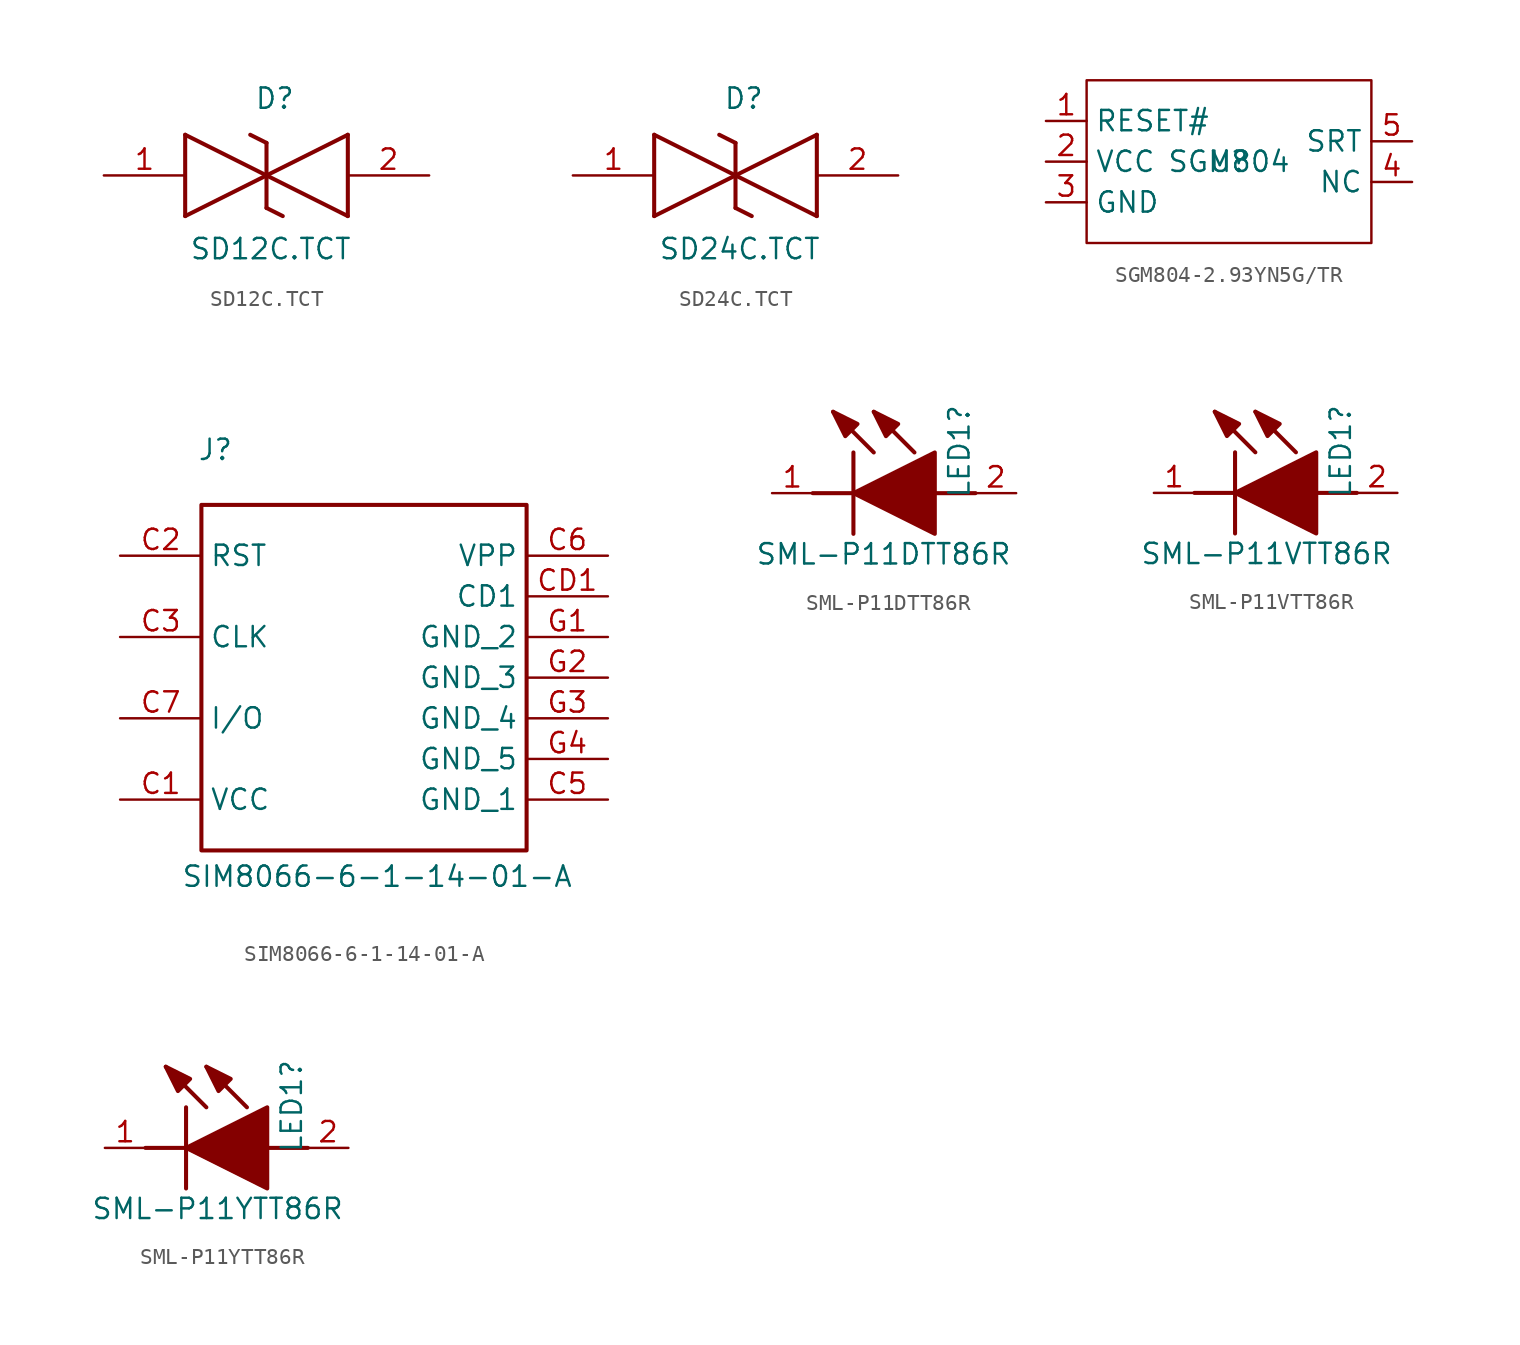
<source format=kicad_sym>
(kicad_symbol_lib
  (version 20241209)
  (generator "kicad_symbol_editor")
  (generator_version "9.0")
  (symbol "SD12C.TCT"
    (pin_names
      (hide yes))
    (property "Reference" "D"
      (at -0.762 4.064 0)
      (effects (font (size 1.27 1.27)) (justify left bottom)))
    (property "Value" "SD12C.TCT"
      (at -4.826 -5.334 0)
      (effects (font (size 1.27 1.27)) (justify left bottom)))
    (symbol "SD12C.TCT_1_1"
      (polyline (pts (xy -5.08 2.54) (xy -5.08 -2.54)) (stroke (width 0.254) (type default)) (fill (type none)))
      (polyline (pts (xy -5.08 2.54) (xy 0 0)) (stroke (width 0.254) (type default)) (fill (type none)))
      (polyline (pts (xy -1.016 2.54) (xy 0 2.032)) (stroke (width 0.254) (type default)) (fill (type none)))
      (polyline (pts (xy 0 0) (xy -5.08 -2.54)) (stroke (width 0.254) (type default)) (fill (type none)))
      (polyline (pts (xy 0 0) (xy 5.08 -2.54)) (stroke (width 0.254) (type default)) (fill (type none)))
      (polyline (pts (xy 0 -2.032) (xy 0 2.032)) (stroke (width 0.254) (type default)) (fill (type none)))
      (polyline (pts (xy 0 -2.032) (xy 1.016 -2.54)) (stroke (width 0.254) (type default)) (fill (type none)))
      (polyline (pts (xy 5.08 2.54) (xy 0 0)) (stroke (width 0.254) (type default)) (fill (type none)))
      (polyline (pts (xy 5.08 2.54) (xy 5.08 -2.54)) (stroke (width 0.254) (type default)) (fill (type none)))
      (pin passive line (at -10.16 0 0) (length 5.08) (name "1" (effects (font (size 1.27 1.27)))) (number "1" (effects (font (size 1.27 1.27)))))
      (pin passive line (at 10.16 0 180) (length 5.08) (name "2" (effects (font (size 1.27 1.27)))) (number "2" (effects (font (size 1.27 1.27)))))))
  (symbol "SD24C.TCT"
    (pin_names
      (hide yes))
    (property "Reference" "D"
      (at -0.762 4.064 0)
      (effects (font (size 1.27 1.27)) (justify left bottom)))
    (property "Value" "SD24C.TCT"
      (at -4.826 -5.334 0)
      (effects (font (size 1.27 1.27)) (justify left bottom)))
    (symbol "SD24C.TCT_1_1"
      (polyline (pts (xy -5.08 2.54) (xy -5.08 -2.54)) (stroke (width 0.254) (type default)) (fill (type none)))
      (polyline (pts (xy -5.08 2.54) (xy 0 0)) (stroke (width 0.254) (type default)) (fill (type none)))
      (polyline (pts (xy -1.016 2.54) (xy 0 2.032)) (stroke (width 0.254) (type default)) (fill (type none)))
      (polyline (pts (xy 0 0) (xy -5.08 -2.54)) (stroke (width 0.254) (type default)) (fill (type none)))
      (polyline (pts (xy 0 0) (xy 5.08 -2.54)) (stroke (width 0.254) (type default)) (fill (type none)))
      (polyline (pts (xy 0 -2.032) (xy 0 2.032)) (stroke (width 0.254) (type default)) (fill (type none)))
      (polyline (pts (xy 0 -2.032) (xy 1.016 -2.54)) (stroke (width 0.254) (type default)) (fill (type none)))
      (polyline (pts (xy 5.08 2.54) (xy 0 0)) (stroke (width 0.254) (type default)) (fill (type none)))
      (polyline (pts (xy 5.08 2.54) (xy 5.08 -2.54)) (stroke (width 0.254) (type default)) (fill (type none)))
      (pin passive line (at -10.16 0 0) (length 5.08) (name "1" (effects (font (size 1.27 1.27)))) (number "1" (effects (font (size 1.27 1.27)))))
      (pin passive line (at 10.16 0 180) (length 5.08) (name "2" (effects (font (size 1.27 1.27)))) (number "2" (effects (font (size 1.27 1.27)))))))
  (symbol "SGM804-2.93YN5G/TR"
    (property "Reference" "U"
      (at 0 0 0)
      (effects (font (size 1.27 1.27))))
    (property "Value" "SGM804"
      (at 0 0 0)
      (effects (font (size 1.27 1.27))))
    (symbol "SGM804-2.93YN5G/TR_1_0"
      (rectangle (start -8.89 5.08) (end 8.89 -5.08) (stroke (width 0) (type default)) (fill (type none)))
      (pin passive line (at -11.43 2.54 0) (length 2.54) (name "RESET#" (effects (font (size 1.27 1.27)))) (number "1" (effects (font (size 1.27 1.27)))))
      (pin passive line (at -11.43 0 0) (length 2.54) (name "VCC" (effects (font (size 1.27 1.27)))) (number "2" (effects (font (size 1.27 1.27)))))
      (pin passive line (at -11.43 -2.54 0) (length 2.54) (name "GND" (effects (font (size 1.27 1.27)))) (number "3" (effects (font (size 1.27 1.27)))))
      (pin passive line (at 11.43 1.27 180) (length 2.54) (name "SRT" (effects (font (size 1.27 1.27)))) (number "5" (effects (font (size 1.27 1.27)))))
      (pin passive line (at 11.43 -1.27 180) (length 2.54) (name "NC" (effects (font (size 1.27 1.27)))) (number "4" (effects (font (size 1.27 1.27)))))))
  (symbol "SIM8066-6-1-14-01-A"
    (property "Reference" "J"
      (at -10.414 11.176 0)
      (effects (font (size 1.27 1.27)) (justify left top)))
    (property "Value" "SIM8066-6-1-14-01-A"
      (at -11.43 -15.494 0)
      (effects (font (size 1.27 1.27)) (justify left top)))
    (symbol "SIM8066-6-1-14-01-A_1_1"
      (rectangle (start -10.16 6.985) (end 10.16 -14.605) (stroke (width 0.254) (type default)) (fill (type none)))
      (pin passive line (at -15.24 3.81 0) (length 5.08) (name "RST" (effects (font (size 1.27 1.27)))) (number "C2" (effects (font (size 1.27 1.27)))))
      (pin passive line (at -15.24 -1.27 0) (length 5.08) (name "CLK" (effects (font (size 1.27 1.27)))) (number "C3" (effects (font (size 1.27 1.27)))))
      (pin passive line (at -15.24 -6.35 0) (length 5.08) (name "I/O" (effects (font (size 1.27 1.27)))) (number "C7" (effects (font (size 1.27 1.27)))))
      (pin passive line (at -15.24 -11.43 0) (length 5.08) (name "VCC" (effects (font (size 1.27 1.27)))) (number "C1" (effects (font (size 1.27 1.27)))))
      (pin passive line (at 15.24 3.81 180) (length 5.08) (name "VPP" (effects (font (size 1.27 1.27)))) (number "C6" (effects (font (size 1.27 1.27)))))
      (pin passive line (at 15.24 1.27 180) (length 5.08) (name "CD1" (effects (font (size 1.27 1.27)))) (number "CD1" (effects (font (size 1.27 1.27)))))
      (pin passive line (at 15.24 -1.27 180) (length 5.08) (name "GND_2" (effects (font (size 1.27 1.27)))) (number "G1" (effects (font (size 1.27 1.27)))))
      (pin passive line (at 15.24 -3.81 180) (length 5.08) (name "GND_3" (effects (font (size 1.27 1.27)))) (number "G2" (effects (font (size 1.27 1.27)))))
      (pin passive line (at 15.24 -6.35 180) (length 5.08) (name "GND_4" (effects (font (size 1.27 1.27)))) (number "G3" (effects (font (size 1.27 1.27)))))
      (pin passive line (at 15.24 -8.89 180) (length 5.08) (name "GND_5" (effects (font (size 1.27 1.27)))) (number "G4" (effects (font (size 1.27 1.27)))))
      (pin passive line (at 15.24 -11.43 180) (length 5.08) (name "GND_1" (effects (font (size 1.27 1.27)))) (number "C5" (effects (font (size 1.27 1.27)))))))
  (symbol "SML-P11DTT86R"
    (pin_names
      (hide yes))
    (property "Reference" "LED1"
      (at 4.064 5.588 90)
      (effects (font (size 1.27 1.27)) (justify right)))
    (property "Value" "SML-P11DTT86R"
      (at 7.366 -3.81 0)
      (effects (font (size 1.27 1.27)) (justify right)))
    (symbol "SML-P11DTT86R_1_1"
      (polyline (pts (xy -5.08 0) (xy -2.54 0)) (stroke (width 0.254) (type default)) (fill (type none)))
      (polyline (pts (xy -2.54 2.54) (xy -2.54 -2.54)) (stroke (width 0.254) (type default)) (fill (type none)))
      (polyline (pts (xy -2.54 0) (xy 2.54 2.54) (xy 2.54 -2.54) (xy -2.54 0)) (stroke (width 0.254) (type default)) (fill (type outline)))
      (polyline (pts (xy -2.286 4.318) (xy -3.048 3.556) (xy -3.81 5.08) (xy -2.286 4.318)) (stroke (width 0.254) (type default)) (fill (type outline)))
      (polyline (pts (xy -1.27 2.54) (xy -3.81 5.08)) (stroke (width 0.254) (type default)) (fill (type none)))
      (polyline (pts (xy 0.254 4.318) (xy -0.508 3.556) (xy -1.27 5.08) (xy 0.254 4.318)) (stroke (width 0.254) (type default)) (fill (type outline)))
      (polyline (pts (xy 1.27 2.54) (xy -1.27 5.08)) (stroke (width 0.254) (type default)) (fill (type none)))
      (polyline (pts (xy 2.54 0) (xy 5.08 0)) (stroke (width 0.254) (type default)) (fill (type none)))
      (pin passive line (at -7.62 0 0) (length 2.54) (name "K" (effects (font (size 1.27 1.27)))) (number "1" (effects (font (size 1.27 1.27)))))
      (pin passive line (at 7.62 0 180) (length 2.54) (name "A" (effects (font (size 1.27 1.27)))) (number "2" (effects (font (size 1.27 1.27)))))))
  (symbol "SML-P11VTT86R"
    (pin_names
      (hide yes))
    (property "Reference" "LED1"
      (at 4.064 5.588 90)
      (effects (font (size 1.27 1.27)) (justify right)))
    (property "Value" "SML-P11VTT86R"
      (at 7.366 -3.81 0)
      (effects (font (size 1.27 1.27)) (justify right)))
    (symbol "SML-P11VTT86R_1_1"
      (polyline (pts (xy -5.08 0) (xy -2.54 0)) (stroke (width 0.254) (type default)) (fill (type none)))
      (polyline (pts (xy -2.54 2.54) (xy -2.54 -2.54)) (stroke (width 0.254) (type default)) (fill (type none)))
      (polyline (pts (xy -2.54 0) (xy 2.54 2.54) (xy 2.54 -2.54) (xy -2.54 0)) (stroke (width 0.254) (type default)) (fill (type outline)))
      (polyline (pts (xy -2.286 4.318) (xy -3.048 3.556) (xy -3.81 5.08) (xy -2.286 4.318)) (stroke (width 0.254) (type default)) (fill (type outline)))
      (polyline (pts (xy -1.27 2.54) (xy -3.81 5.08)) (stroke (width 0.254) (type default)) (fill (type none)))
      (polyline (pts (xy 0.254 4.318) (xy -0.508 3.556) (xy -1.27 5.08) (xy 0.254 4.318)) (stroke (width 0.254) (type default)) (fill (type outline)))
      (polyline (pts (xy 1.27 2.54) (xy -1.27 5.08)) (stroke (width 0.254) (type default)) (fill (type none)))
      (polyline (pts (xy 2.54 0) (xy 5.08 0)) (stroke (width 0.254) (type default)) (fill (type none)))
      (pin passive line (at -7.62 0 0) (length 2.54) (name "K" (effects (font (size 1.27 1.27)))) (number "1" (effects (font (size 1.27 1.27)))))
      (pin passive line (at 7.62 0 180) (length 2.54) (name "A" (effects (font (size 1.27 1.27)))) (number "2" (effects (font (size 1.27 1.27)))))))
  (symbol "SML-P11YTT86R"
    (pin_names
      (hide yes))
    (property "Reference" "LED1"
      (at 4.064 5.588 90)
      (effects (font (size 1.27 1.27)) (justify right)))
    (property "Value" "SML-P11YTT86R"
      (at 7.366 -3.81 0)
      (effects (font (size 1.27 1.27)) (justify right)))
    (symbol "SML-P11YTT86R_1_1"
      (polyline (pts (xy -5.08 0) (xy -2.54 0)) (stroke (width 0.254) (type default)) (fill (type none)))
      (polyline (pts (xy -2.54 2.54) (xy -2.54 -2.54)) (stroke (width 0.254) (type default)) (fill (type none)))
      (polyline (pts (xy -2.54 0) (xy 2.54 2.54) (xy 2.54 -2.54) (xy -2.54 0)) (stroke (width 0.254) (type default)) (fill (type outline)))
      (polyline (pts (xy -2.286 4.318) (xy -3.048 3.556) (xy -3.81 5.08) (xy -2.286 4.318)) (stroke (width 0.254) (type default)) (fill (type outline)))
      (polyline (pts (xy -1.27 2.54) (xy -3.81 5.08)) (stroke (width 0.254) (type default)) (fill (type none)))
      (polyline (pts (xy 0.254 4.318) (xy -0.508 3.556) (xy -1.27 5.08) (xy 0.254 4.318)) (stroke (width 0.254) (type default)) (fill (type outline)))
      (polyline (pts (xy 1.27 2.54) (xy -1.27 5.08)) (stroke (width 0.254) (type default)) (fill (type none)))
      (polyline (pts (xy 2.54 0) (xy 5.08 0)) (stroke (width 0.254) (type default)) (fill (type none)))
      (pin passive line (at -7.62 0 0) (length 2.54) (name "K" (effects (font (size 1.27 1.27)))) (number "1" (effects (font (size 1.27 1.27)))))
      (pin passive line (at 7.62 0 180) (length 2.54) (name "A" (effects (font (size 1.27 1.27)))) (number "2" (effects (font (size 1.27 1.27))))))))
</source>
